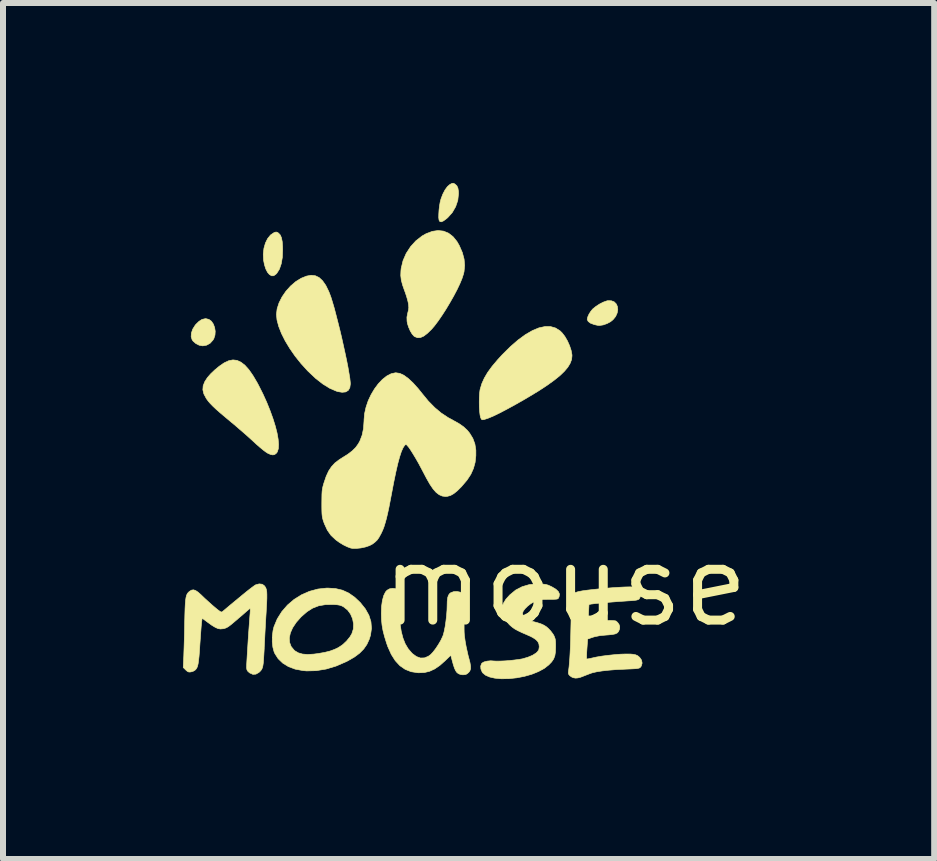
<source format=kicad_pcb>
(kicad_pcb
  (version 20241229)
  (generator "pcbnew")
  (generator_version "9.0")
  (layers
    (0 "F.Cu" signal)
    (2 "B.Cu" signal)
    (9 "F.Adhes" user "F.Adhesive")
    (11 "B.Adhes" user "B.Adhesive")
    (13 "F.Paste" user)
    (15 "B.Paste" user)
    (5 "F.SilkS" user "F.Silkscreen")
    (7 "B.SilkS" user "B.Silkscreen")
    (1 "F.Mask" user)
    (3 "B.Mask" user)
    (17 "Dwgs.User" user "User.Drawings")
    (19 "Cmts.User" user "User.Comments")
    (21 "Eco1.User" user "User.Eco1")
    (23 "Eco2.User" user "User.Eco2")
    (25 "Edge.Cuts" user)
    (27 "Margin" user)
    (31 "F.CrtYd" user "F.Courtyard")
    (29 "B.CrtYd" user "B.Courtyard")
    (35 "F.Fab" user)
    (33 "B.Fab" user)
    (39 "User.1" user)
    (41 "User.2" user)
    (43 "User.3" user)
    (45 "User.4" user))
  (footprint "mouse"
    (layer "F.Cu")
    (at 6.372 6.708)
    (property "Reference" "mouse" (at 0 0 0) (layer "F.SilkS") (effects (font (size 1.27 1.27) (thickness 0.15))))
    (attr through_hole)
    (fp_poly (pts (xy -5.939 -4.433) (xy -5.897 -4.402) (xy -5.865 -4.355) (xy -5.844 -4.298) (xy -5.834 -4.236) (xy -5.838 -4.172) (xy -5.857 -4.113) (xy -5.872 -4.088) (xy -5.92 -4.035) (xy -5.979 -4.003) (xy -6.042 -3.992) (xy -6.102 -4.003) (xy -6.157 -4.031) (xy -6.201 -4.069) (xy -6.219 -4.094) (xy -6.235 -4.145) (xy -6.231 -4.206) (xy -6.209 -4.271) (xy -6.17 -4.333) (xy -6.156 -4.351) (xy -6.103 -4.402) (xy -6.054 -4.433) (xy -6.001 -4.445) (xy -5.987 -4.445) (xy -5.939 -4.433)) (stroke (width 0.01) (type solid)) (fill yes) (layer "F.SilkS"))
    (fp_poly (pts (xy -4.796 -5.884) (xy -4.778 -5.871) (xy -4.75 -5.841) (xy -4.73 -5.795) (xy -4.717 -5.73) (xy -4.711 -5.646) (xy -4.71 -5.594) (xy -4.715 -5.467) (xy -4.734 -5.359) (xy -4.764 -5.271) (xy -4.806 -5.204) (xy -4.823 -5.186) (xy -4.859 -5.161) (xy -4.893 -5.16) (xy -4.93 -5.181) (xy -4.962 -5.218) (xy -4.991 -5.275) (xy -5.013 -5.344) (xy -5.028 -5.42) (xy -5.033 -5.521) (xy -5.022 -5.618) (xy -4.997 -5.706) (xy -4.96 -5.781) (xy -4.912 -5.84) (xy -4.855 -5.879) (xy -4.85 -5.881) (xy -4.82 -5.89) (xy -4.796 -5.884)) (stroke (width 0.01) (type solid)) (fill yes) (layer "F.SilkS"))
    (fp_poly (pts (xy -1.845 -6.694) (xy -1.836 -6.688) (xy -1.806 -6.661) (xy -1.788 -6.622) (xy -1.779 -6.568) (xy -1.778 -6.528) (xy -1.79 -6.418) (xy -1.826 -6.312) (xy -1.882 -6.215) (xy -1.957 -6.131) (xy -1.979 -6.112) (xy -2.028 -6.076) (xy -2.064 -6.06) (xy -2.088 -6.064) (xy -2.102 -6.087) (xy -2.103 -6.091) (xy -2.108 -6.131) (xy -2.107 -6.187) (xy -2.103 -6.254) (xy -2.095 -6.323) (xy -2.084 -6.388) (xy -2.071 -6.439) (xy -2.04 -6.521) (xy -2.003 -6.592) (xy -1.962 -6.648) (xy -1.92 -6.684) (xy -1.916 -6.686) (xy -1.885 -6.701) (xy -1.865 -6.703) (xy -1.845 -6.694)) (stroke (width 0.01) (type solid)) (fill yes) (layer "F.SilkS"))
    (fp_poly (pts (xy 0.769 -4.744) (xy 0.817 -4.726) (xy 0.851 -4.692) (xy 0.871 -4.648) (xy 0.877 -4.595) (xy 0.867 -4.54) (xy 0.842 -4.483) (xy 0.8 -4.431) (xy 0.757 -4.395) (xy 0.699 -4.364) (xy 0.634 -4.341) (xy 0.573 -4.332) (xy 0.565 -4.332) (xy 0.538 -4.335) (xy 0.498 -4.344) (xy 0.479 -4.349) (xy 0.421 -4.371) (xy 0.384 -4.399) (xy 0.368 -4.432) (xy 0.368 -4.437) (xy 0.377 -4.475) (xy 0.398 -4.522) (xy 0.429 -4.57) (xy 0.46 -4.607) (xy 0.512 -4.649) (xy 0.573 -4.689) (xy 0.636 -4.721) (xy 0.692 -4.741) (xy 0.708 -4.745) (xy 0.769 -4.744)) (stroke (width 0.01) (type solid)) (fill yes) (layer "F.SilkS"))
    (fp_poly (pts (xy -4.165 -5.161) (xy -4.102 -5.131) (xy -4.045 -5.078) (xy -3.991 -5.001) (xy -3.941 -4.899) (xy -3.926 -4.861) (xy -3.903 -4.799) (xy -3.878 -4.717) (xy -3.849 -4.619) (xy -3.82 -4.508) (xy -3.789 -4.387) (xy -3.757 -4.26) (xy -3.726 -4.129) (xy -3.697 -3.998) (xy -3.669 -3.871) (xy -3.643 -3.749) (xy -3.621 -3.637) (xy -3.604 -3.537) (xy -3.59 -3.454) (xy -3.583 -3.389) (xy -3.581 -3.358) (xy -3.59 -3.295) (xy -3.616 -3.25) (xy -3.659 -3.224) (xy -3.718 -3.218) (xy -3.791 -3.23) (xy -3.813 -3.237) (xy -3.923 -3.284) (xy -4.038 -3.355) (xy -4.159 -3.449) (xy -4.285 -3.568) (xy -4.294 -3.577) (xy -4.403 -3.697) (xy -4.503 -3.822) (xy -4.591 -3.949) (xy -4.667 -4.075) (xy -4.729 -4.198) (xy -4.775 -4.315) (xy -4.804 -4.423) (xy -4.813 -4.516) (xy -4.802 -4.61) (xy -4.77 -4.709) (xy -4.72 -4.808) (xy -4.655 -4.903) (xy -4.578 -4.989) (xy -4.492 -5.063) (xy -4.401 -5.119) (xy -4.399 -5.12) (xy -4.312 -5.155) (xy -4.235 -5.169) (xy -4.165 -5.161)) (stroke (width 0.01) (type solid)) (fill yes) (layer "F.SilkS"))
    (fp_poly (pts (xy -0.245 -4.314) (xy -0.161 -4.29) (xy -0.086 -4.243) (xy -0.052 -4.21) (xy -0.005 -4.149) (xy 0.038 -4.075) (xy 0.074 -3.994) (xy 0.1 -3.915) (xy 0.113 -3.845) (xy 0.114 -3.826) (xy 0.107 -3.764) (xy 0.083 -3.701) (xy 0.044 -3.636) (xy -0.014 -3.567) (xy -0.089 -3.495) (xy -0.185 -3.418) (xy -0.3 -3.335) (xy -0.437 -3.245) (xy -0.597 -3.148) (xy -0.673 -3.103) (xy -0.831 -3.013) (xy -0.972 -2.936) (xy -1.094 -2.872) (xy -1.197 -2.822) (xy -1.281 -2.787) (xy -1.344 -2.766) (xy -1.355 -2.763) (xy -1.382 -2.76) (xy -1.397 -2.77) (xy -1.409 -2.796) (xy -1.419 -2.839) (xy -1.426 -2.899) (xy -1.431 -2.972) (xy -1.432 -3.051) (xy -1.431 -3.129) (xy -1.427 -3.199) (xy -1.42 -3.256) (xy -1.417 -3.269) (xy -1.389 -3.363) (xy -1.347 -3.456) (xy -1.291 -3.551) (xy -1.217 -3.652) (xy -1.125 -3.761) (xy -1.049 -3.844) (xy -0.914 -3.978) (xy -0.785 -4.09) (xy -0.662 -4.18) (xy -0.546 -4.247) (xy -0.438 -4.292) (xy -0.337 -4.314) (xy -0.245 -4.314)) (stroke (width 0.01) (type solid)) (fill yes) (layer "F.SilkS"))
    (fp_poly (pts (xy -5.471 -3.75) (xy -5.405 -3.72) (xy -5.339 -3.669) (xy -5.272 -3.594) (xy -5.204 -3.496) (xy -5.132 -3.374) (xy -5.113 -3.338) (xy -5.04 -3.193) (xy -4.975 -3.05) (xy -4.919 -2.911) (xy -4.871 -2.778) (xy -4.832 -2.653) (xy -4.803 -2.539) (xy -4.785 -2.436) (xy -4.778 -2.348) (xy -4.782 -2.277) (xy -4.799 -2.224) (xy -4.813 -2.204) (xy -4.842 -2.181) (xy -4.873 -2.174) (xy -4.913 -2.182) (xy -4.96 -2.203) (xy -4.991 -2.223) (xy -5.035 -2.256) (xy -5.089 -2.301) (xy -5.149 -2.353) (xy -5.194 -2.395) (xy -5.263 -2.458) (xy -5.344 -2.53) (xy -5.43 -2.604) (xy -5.513 -2.676) (xy -5.569 -2.722) (xy -5.669 -2.806) (xy -5.752 -2.876) (xy -5.819 -2.935) (xy -5.872 -2.985) (xy -5.915 -3.029) (xy -5.949 -3.068) (xy -5.976 -3.105) (xy -5.983 -3.115) (xy -6.023 -3.19) (xy -6.04 -3.259) (xy -6.035 -3.327) (xy -6.007 -3.397) (xy -5.964 -3.463) (xy -5.91 -3.525) (xy -5.842 -3.59) (xy -5.767 -3.652) (xy -5.695 -3.702) (xy -5.68 -3.711) (xy -5.607 -3.745) (xy -5.538 -3.758) (xy -5.471 -3.75)) (stroke (width 0.01) (type solid)) (fill yes) (layer "F.SilkS"))
    (fp_poly (pts (xy -2.028 -5.905) (xy -1.945 -5.871) (xy -1.87 -5.813) (xy -1.804 -5.732) (xy -1.765 -5.664) (xy -1.714 -5.547) (xy -1.685 -5.438) (xy -1.676 -5.334) (xy -1.686 -5.228) (xy -1.696 -5.187) (xy -1.719 -5.116) (xy -1.755 -5.029) (xy -1.802 -4.93) (xy -1.858 -4.824) (xy -1.92 -4.715) (xy -1.985 -4.606) (xy -2.052 -4.502) (xy -2.117 -4.407) (xy -2.179 -4.325) (xy -2.228 -4.268) (xy -2.298 -4.2) (xy -2.359 -4.154) (xy -2.414 -4.13) (xy -2.462 -4.128) (xy -2.508 -4.146) (xy -2.521 -4.155) (xy -2.552 -4.19) (xy -2.583 -4.242) (xy -2.61 -4.304) (xy -2.63 -4.367) (xy -2.636 -4.404) (xy -2.638 -4.47) (xy -2.625 -4.538) (xy -2.623 -4.546) (xy -2.611 -4.592) (xy -2.607 -4.63) (xy -2.61 -4.673) (xy -2.615 -4.706) (xy -2.627 -4.758) (xy -2.646 -4.823) (xy -2.668 -4.888) (xy -2.676 -4.908) (xy -2.71 -5.005) (xy -2.732 -5.088) (xy -2.741 -5.165) (xy -2.738 -5.243) (xy -2.734 -5.283) (xy -2.703 -5.412) (xy -2.65 -5.534) (xy -2.577 -5.646) (xy -2.488 -5.744) (xy -2.385 -5.824) (xy -2.318 -5.862) (xy -2.215 -5.901) (xy -2.119 -5.915) (xy -2.028 -5.905)) (stroke (width 0.01) (type solid)) (fill yes) (layer "F.SilkS"))
    (fp_poly (pts (xy -3.829 0.054) (xy -3.714 0.081) (xy -3.609 0.129) (xy -3.509 0.199) (xy -3.416 0.287) (xy -3.332 0.392) (xy -3.272 0.499) (xy -3.238 0.607) (xy -3.229 0.718) (xy -3.245 0.831) (xy -3.266 0.899) (xy -3.306 0.986) (xy -3.359 1.062) (xy -3.427 1.131) (xy -3.514 1.196) (xy -3.623 1.259) (xy -3.651 1.273) (xy -3.819 1.346) (xy -3.986 1.396) (xy -4.151 1.423) (xy -4.311 1.427) (xy -4.375 1.421) (xy -4.502 1.397) (xy -4.614 1.355) (xy -4.708 1.297) (xy -4.784 1.224) (xy -4.84 1.137) (xy -4.853 1.107) (xy -4.873 1.032) (xy -4.883 0.942) (xy -4.882 0.876) (xy -4.599 0.876) (xy -4.594 0.952) (xy -4.568 1.021) (xy -4.519 1.08) (xy -4.503 1.094) (xy -4.448 1.126) (xy -4.379 1.146) (xy -4.295 1.153) (xy -4.192 1.147) (xy -4.115 1.137) (xy -4.008 1.118) (xy -3.92 1.096) (xy -3.844 1.068) (xy -3.781 1.038) (xy -3.712 0.992) (xy -3.645 0.93) (xy -3.588 0.86) (xy -3.556 0.806) (xy -3.531 0.727) (xy -3.528 0.643) (xy -3.544 0.558) (xy -3.578 0.479) (xy -3.628 0.411) (xy -3.694 0.359) (xy -3.694 0.358) (xy -3.727 0.342) (xy -3.76 0.331) (xy -3.802 0.324) (xy -3.86 0.32) (xy -3.872 0.32) (xy -3.997 0.322) (xy -4.108 0.341) (xy -4.209 0.38) (xy -4.304 0.44) (xy -4.399 0.523) (xy -4.403 0.527) (xy -4.483 0.617) (xy -4.543 0.707) (xy -4.581 0.793) (xy -4.599 0.876) (xy -4.882 0.876) (xy -4.882 0.847) (xy -4.87 0.754) (xy -4.855 0.692) (xy -4.8 0.56) (xy -4.724 0.439) (xy -4.63 0.33) (xy -4.52 0.236) (xy -4.397 0.159) (xy -4.263 0.1) (xy -4.122 0.062) (xy -3.976 0.046) (xy -3.956 0.046) (xy -3.829 0.054)) (stroke (width 0.01) (type solid)) (fill yes) (layer "F.SilkS"))
    (fp_poly (pts (xy -2.828 0.056) (xy -2.794 0.076) (xy -2.785 0.087) (xy -2.778 0.102) (xy -2.773 0.124) (xy -2.771 0.157) (xy -2.769 0.206) (xy -2.769 0.275) (xy -2.769 0.315) (xy -2.765 0.488) (xy -2.753 0.638) (xy -2.733 0.768) (xy -2.704 0.88) (xy -2.666 0.976) (xy -2.617 1.058) (xy -2.558 1.127) (xy -2.545 1.14) (xy -2.479 1.188) (xy -2.412 1.212) (xy -2.346 1.21) (xy -2.281 1.183) (xy -2.241 1.154) (xy -2.203 1.113) (xy -2.159 1.056) (xy -2.115 0.99) (xy -2.075 0.922) (xy -2.045 0.859) (xy -2.033 0.83) (xy -2.017 0.769) (xy -2.001 0.689) (xy -1.988 0.599) (xy -1.977 0.505) (xy -1.97 0.414) (xy -1.968 0.345) (xy -1.966 0.265) (xy -1.959 0.207) (xy -1.945 0.165) (xy -1.924 0.136) (xy -1.906 0.123) (xy -1.857 0.105) (xy -1.802 0.103) (xy -1.749 0.114) (xy -1.706 0.138) (xy -1.68 0.17) (xy -1.676 0.192) (xy -1.674 0.236) (xy -1.674 0.301) (xy -1.676 0.382) (xy -1.679 0.478) (xy -1.679 0.491) (xy -1.683 0.589) (xy -1.685 0.666) (xy -1.685 0.729) (xy -1.684 0.78) (xy -1.681 0.827) (xy -1.675 0.873) (xy -1.668 0.925) (xy -1.665 0.942) (xy -1.652 1.016) (xy -1.635 1.094) (xy -1.619 1.166) (xy -1.607 1.21) (xy -1.587 1.288) (xy -1.577 1.348) (xy -1.577 1.392) (xy -1.589 1.427) (xy -1.608 1.452) (xy -1.634 1.474) (xy -1.656 1.486) (xy -1.658 1.486) (xy -1.685 1.49) (xy -1.691 1.491) (xy -1.715 1.491) (xy -1.748 1.485) (xy -1.749 1.485) (xy -1.779 1.473) (xy -1.804 1.454) (xy -1.825 1.425) (xy -1.845 1.382) (xy -1.865 1.322) (xy -1.887 1.241) (xy -1.892 1.221) (xy -1.907 1.166) (xy -1.998 1.254) (xy -2.089 1.335) (xy -2.175 1.394) (xy -2.26 1.433) (xy -2.347 1.454) (xy -2.441 1.458) (xy -2.459 1.457) (xy -2.569 1.44) (xy -2.667 1.401) (xy -2.755 1.34) (xy -2.832 1.257) (xy -2.899 1.151) (xy -2.957 1.022) (xy -2.977 0.965) (xy -3.012 0.852) (xy -3.037 0.754) (xy -3.053 0.663) (xy -3.062 0.571) (xy -3.065 0.471) (xy -3.065 0.47) (xy -3.061 0.353) (xy -3.047 0.253) (xy -3.025 0.172) (xy -2.995 0.111) (xy -2.969 0.082) (xy -2.926 0.058) (xy -2.876 0.05) (xy -2.828 0.056)) (stroke (width 0.01) (type solid)) (fill yes) (layer "F.SilkS"))
    (fp_poly (pts (xy -0.426 -0.023) (xy -0.366 -0.02) (xy -0.321 -0.014) (xy -0.283 -0.003) (xy -0.241 0.016) (xy -0.222 0.025) (xy -0.155 0.065) (xy -0.113 0.105) (xy -0.095 0.146) (xy -0.101 0.189) (xy -0.102 0.191) (xy -0.109 0.208) (xy -0.116 0.219) (xy -0.128 0.227) (xy -0.15 0.231) (xy -0.184 0.233) (xy -0.237 0.234) (xy -0.292 0.234) (xy -0.357 0.235) (xy -0.404 0.238) (xy -0.44 0.243) (xy -0.471 0.253) (xy -0.504 0.268) (xy -0.514 0.272) (xy -0.573 0.306) (xy -0.626 0.347) (xy -0.67 0.391) (xy -0.7 0.432) (xy -0.711 0.467) (xy -0.711 0.468) (xy -0.699 0.509) (xy -0.664 0.547) (xy -0.608 0.579) (xy -0.538 0.603) (xy -0.46 0.624) (xy -0.402 0.643) (xy -0.356 0.664) (xy -0.317 0.688) (xy -0.283 0.717) (xy -0.244 0.758) (xy -0.208 0.805) (xy -0.19 0.833) (xy -0.176 0.865) (xy -0.166 0.896) (xy -0.161 0.932) (xy -0.159 0.982) (xy -0.159 1.029) (xy -0.162 1.111) (xy -0.172 1.174) (xy -0.192 1.227) (xy -0.225 1.276) (xy -0.273 1.326) (xy -0.348 1.385) (xy -0.444 1.437) (xy -0.555 1.482) (xy -0.677 1.517) (xy -0.806 1.542) (xy -0.937 1.556) (xy -1.066 1.558) (xy -1.172 1.548) (xy -1.257 1.529) (xy -1.325 1.5) (xy -1.372 1.462) (xy -1.384 1.445) (xy -1.405 1.395) (xy -1.408 1.346) (xy -1.393 1.305) (xy -1.385 1.296) (xy -1.352 1.277) (xy -1.301 1.264) (xy -1.242 1.258) (xy -1.187 1.262) (xy -1.143 1.264) (xy -1.08 1.263) (xy -1.006 1.26) (xy -0.925 1.254) (xy -0.845 1.245) (xy -0.773 1.236) (xy -0.714 1.226) (xy -0.71 1.225) (xy -0.622 1.199) (xy -0.545 1.167) (xy -0.485 1.129) (xy -0.462 1.108) (xy -0.439 1.073) (xy -0.432 1.026) (xy -0.432 1.021) (xy -0.438 0.976) (xy -0.457 0.937) (xy -0.493 0.901) (xy -0.548 0.866) (xy -0.625 0.83) (xy -0.638 0.824) (xy -0.722 0.788) (xy -0.787 0.757) (xy -0.838 0.729) (xy -0.879 0.7) (xy -0.916 0.669) (xy -0.934 0.651) (xy -0.995 0.579) (xy -1.033 0.504) (xy -1.05 0.425) (xy -1.049 0.36) (xy -1.028 0.297) (xy -0.988 0.232) (xy -0.925 0.162) (xy -0.922 0.159) (xy -0.825 0.079) (xy -0.717 0.023) (xy -0.598 -0.012) (xy -0.467 -0.024) (xy -0.426 -0.023)) (stroke (width 0.01) (type solid)) (fill yes) (layer "F.SilkS"))
    (fp_poly (pts (xy -2.756 -3.533) (xy -2.689 -3.502) (xy -2.615 -3.448) (xy -2.535 -3.373) (xy -2.447 -3.275) (xy -2.387 -3.2) (xy -2.281 -3.071) (xy -2.176 -2.964) (xy -2.069 -2.874) (xy -1.955 -2.798) (xy -1.867 -2.75) (xy -1.77 -2.696) (xy -1.693 -2.642) (xy -1.631 -2.584) (xy -1.592 -2.536) (xy -1.539 -2.449) (xy -1.505 -2.357) (xy -1.489 -2.254) (xy -1.489 -2.161) (xy -1.501 -2.05) (xy -1.529 -1.948) (xy -1.573 -1.85) (xy -1.637 -1.753) (xy -1.723 -1.652) (xy -1.729 -1.645) (xy -1.798 -1.576) (xy -1.858 -1.528) (xy -1.913 -1.497) (xy -1.966 -1.483) (xy -1.996 -1.481) (xy -2.049 -1.488) (xy -2.1 -1.51) (xy -2.151 -1.549) (xy -2.202 -1.607) (xy -2.255 -1.685) (xy -2.312 -1.785) (xy -2.345 -1.848) (xy -2.395 -1.943) (xy -2.445 -2.037) (xy -2.495 -2.124) (xy -2.541 -2.2) (xy -2.581 -2.263) (xy -2.612 -2.307) (xy -2.616 -2.311) (xy -2.639 -2.338) (xy -2.653 -2.347) (xy -2.666 -2.342) (xy -2.678 -2.33) (xy -2.703 -2.292) (xy -2.731 -2.229) (xy -2.76 -2.141) (xy -2.791 -2.027) (xy -2.823 -1.887) (xy -2.857 -1.723) (xy -2.889 -1.555) (xy -2.916 -1.413) (xy -2.939 -1.294) (xy -2.961 -1.193) (xy -2.981 -1.109) (xy -3.001 -1.038) (xy -3.02 -0.976) (xy -3.041 -0.922) (xy -3.064 -0.872) (xy -3.075 -0.851) (xy -3.106 -0.795) (xy -3.135 -0.754) (xy -3.171 -0.72) (xy -3.211 -0.689) (xy -3.262 -0.662) (xy -3.33 -0.639) (xy -3.405 -0.623) (xy -3.481 -0.615) (xy -3.547 -0.616) (xy -3.575 -0.621) (xy -3.629 -0.641) (xy -3.695 -0.673) (xy -3.763 -0.714) (xy -3.825 -0.759) (xy -3.903 -0.832) (xy -3.964 -0.918) (xy -4.013 -1.024) (xy -4.022 -1.048) (xy -4.035 -1.086) (xy -4.044 -1.119) (xy -4.05 -1.152) (xy -4.054 -1.191) (xy -4.056 -1.24) (xy -4.057 -1.305) (xy -4.057 -1.372) (xy -4.056 -1.454) (xy -4.055 -1.518) (xy -4.052 -1.567) (xy -4.047 -1.607) (xy -4.039 -1.645) (xy -4.028 -1.685) (xy -4.021 -1.708) (xy -3.984 -1.817) (xy -3.943 -1.906) (xy -3.895 -1.978) (xy -3.838 -2.04) (xy -3.767 -2.094) (xy -3.717 -2.126) (xy -3.623 -2.185) (xy -3.55 -2.241) (xy -3.493 -2.297) (xy -3.449 -2.358) (xy -3.423 -2.404) (xy -3.385 -2.503) (xy -3.362 -2.614) (xy -3.353 -2.742) (xy -3.353 -2.756) (xy -3.344 -2.862) (xy -3.32 -2.969) (xy -3.284 -3.076) (xy -3.236 -3.178) (xy -3.179 -3.274) (xy -3.116 -3.359) (xy -3.047 -3.432) (xy -2.975 -3.489) (xy -2.902 -3.527) (xy -2.831 -3.543) (xy -2.819 -3.543) (xy -2.756 -3.533)) (stroke (width 0.01) (type solid)) (fill yes) (layer "F.SilkS"))
    (fp_poly (pts (xy 1.153 0.026) (xy 1.186 0.029) (xy 1.207 0.036) (xy 1.222 0.048) (xy 1.231 0.059) (xy 1.251 0.099) (xy 1.258 0.147) (xy 1.252 0.193) (xy 1.234 0.227) (xy 1.219 0.237) (xy 1.196 0.245) (xy 1.161 0.251) (xy 1.108 0.256) (xy 1.053 0.259) (xy 0.982 0.264) (xy 0.901 0.269) (xy 0.814 0.276) (xy 0.726 0.283) (xy 0.642 0.291) (xy 0.565 0.298) (xy 0.502 0.304) (xy 0.456 0.31) (xy 0.437 0.312) (xy 0.397 0.32) (xy 0.389 0.467) (xy 0.386 0.525) (xy 0.385 0.573) (xy 0.385 0.606) (xy 0.386 0.619) (xy 0.401 0.62) (xy 0.432 0.615) (xy 0.459 0.61) (xy 0.51 0.601) (xy 0.572 0.594) (xy 0.639 0.589) (xy 0.706 0.587) (xy 0.766 0.586) (xy 0.814 0.589) (xy 0.845 0.594) (xy 0.848 0.596) (xy 0.873 0.617) (xy 0.896 0.649) (xy 0.897 0.65) (xy 0.909 0.683) (xy 0.909 0.715) (xy 0.903 0.739) (xy 0.889 0.771) (xy 0.868 0.794) (xy 0.835 0.81) (xy 0.786 0.82) (xy 0.717 0.827) (xy 0.686 0.829) (xy 0.579 0.839) (xy 0.491 0.857) (xy 0.464 0.865) (xy 0.375 0.895) (xy 0.363 1.058) (xy 0.359 1.119) (xy 0.357 1.171) (xy 0.357 1.208) (xy 0.358 1.226) (xy 0.359 1.227) (xy 0.374 1.227) (xy 0.406 1.222) (xy 0.44 1.214) (xy 0.521 1.196) (xy 0.616 1.18) (xy 0.719 1.167) (xy 0.824 1.156) (xy 0.924 1.148) (xy 1.015 1.145) (xy 1.091 1.146) (xy 1.124 1.149) (xy 1.173 1.158) (xy 1.208 1.173) (xy 1.239 1.199) (xy 1.241 1.2) (xy 1.273 1.247) (xy 1.283 1.296) (xy 1.27 1.344) (xy 1.259 1.36) (xy 1.25 1.37) (xy 1.238 1.378) (xy 1.221 1.383) (xy 1.194 1.388) (xy 1.155 1.391) (xy 1.098 1.394) (xy 1.022 1.397) (xy 0.983 1.399) (xy 0.85 1.405) (xy 0.728 1.415) (xy 0.619 1.427) (xy 0.528 1.441) (xy 0.458 1.457) (xy 0.451 1.459) (xy 0.421 1.469) (xy 0.376 1.486) (xy 0.325 1.506) (xy 0.315 1.51) (xy 0.255 1.533) (xy 0.21 1.544) (xy 0.172 1.547) (xy 0.134 1.54) (xy 0.133 1.54) (xy 0.106 1.527) (xy 0.078 1.507) (xy 0.06 1.486) (xy 0.053 1.462) (xy 0.056 1.425) (xy 0.057 1.422) (xy 0.065 1.36) (xy 0.071 1.292) (xy 0.077 1.216) (xy 0.082 1.129) (xy 0.087 1.027) (xy 0.091 0.908) (xy 0.094 0.769) (xy 0.097 0.644) (xy 0.106 0.164) (xy 0.136 0.14) (xy 0.166 0.123) (xy 0.209 0.108) (xy 0.23 0.103) (xy 0.289 0.092) (xy 0.368 0.081) (xy 0.463 0.07) (xy 0.568 0.059) (xy 0.679 0.049) (xy 0.79 0.04) (xy 0.897 0.033) (xy 0.995 0.028) (xy 1.078 0.026) (xy 1.101 0.026) (xy 1.153 0.026)) (stroke (width 0.01) (type solid)) (fill yes) (layer "F.SilkS"))
    (fp_poly (pts (xy -5.051 -0.018) (xy -5.018 0.004) (xy -5.002 0.024) (xy -4.99 0.045) (xy -4.981 0.072) (xy -4.975 0.107) (xy -4.973 0.153) (xy -4.973 0.215) (xy -4.976 0.294) (xy -4.982 0.394) (xy -4.984 0.438) (xy -4.991 0.549) (xy -4.998 0.674) (xy -5.005 0.803) (xy -5.011 0.928) (xy -5.017 1.037) (xy -5.017 1.054) (xy -5.023 1.156) (xy -5.028 1.236) (xy -5.033 1.298) (xy -5.04 1.344) (xy -5.049 1.378) (xy -5.061 1.404) (xy -5.077 1.425) (xy -5.096 1.444) (xy -5.106 1.453) (xy -5.156 1.481) (xy -5.207 1.484) (xy -5.257 1.462) (xy -5.272 1.45) (xy -5.295 1.428) (xy -5.306 1.406) (xy -5.311 1.375) (xy -5.31 1.339) (xy -5.309 1.309) (xy -5.306 1.258) (xy -5.302 1.189) (xy -5.297 1.106) (xy -5.291 1.013) (xy -5.285 0.915) (xy -5.278 0.813) (xy -5.271 0.714) (xy -5.264 0.62) (xy -5.258 0.535) (xy -5.252 0.463) (xy -5.252 0.459) (xy -5.249 0.416) (xy -5.25 0.393) (xy -5.255 0.388) (xy -5.266 0.395) (xy -5.268 0.396) (xy -5.285 0.411) (xy -5.317 0.438) (xy -5.36 0.476) (xy -5.411 0.52) (xy -5.439 0.543) (xy -5.506 0.601) (xy -5.557 0.644) (xy -5.596 0.675) (xy -5.627 0.696) (xy -5.652 0.709) (xy -5.676 0.718) (xy -5.702 0.724) (xy -5.706 0.724) (xy -5.747 0.728) (xy -5.788 0.721) (xy -5.833 0.701) (xy -5.888 0.668) (xy -5.952 0.622) (xy -6.052 0.548) (xy -6.06 0.607) (xy -6.063 0.636) (xy -6.068 0.686) (xy -6.073 0.753) (xy -6.079 0.833) (xy -6.085 0.921) (xy -6.09 0.991) (xy -6.097 1.1) (xy -6.104 1.187) (xy -6.112 1.255) (xy -6.119 1.307) (xy -6.128 1.345) (xy -6.139 1.374) (xy -6.153 1.396) (xy -6.169 1.413) (xy -6.172 1.415) (xy -6.2 1.432) (xy -6.237 1.443) (xy -6.24 1.444) (xy -6.272 1.446) (xy -6.297 1.436) (xy -6.326 1.411) (xy -6.326 1.41) (xy -6.367 1.37) (xy -6.358 1.177) (xy -6.356 1.112) (xy -6.353 1.027) (xy -6.35 0.928) (xy -6.347 0.82) (xy -6.345 0.71) (xy -6.343 0.61) (xy -6.34 0.488) (xy -6.337 0.39) (xy -6.333 0.311) (xy -6.328 0.25) (xy -6.321 0.203) (xy -6.312 0.167) (xy -6.3 0.141) (xy -6.285 0.121) (xy -6.267 0.104) (xy -6.265 0.102) (xy -6.231 0.081) (xy -6.198 0.075) (xy -6.162 0.086) (xy -6.12 0.114) (xy -6.067 0.161) (xy -6.058 0.17) (xy -6.006 0.22) (xy -5.943 0.277) (xy -5.881 0.333) (xy -5.849 0.36) (xy -5.799 0.402) (xy -5.764 0.428) (xy -5.741 0.442) (xy -5.726 0.445) (xy -5.717 0.441) (xy -5.702 0.429) (xy -5.671 0.403) (xy -5.626 0.365) (xy -5.57 0.318) (xy -5.506 0.265) (xy -5.449 0.218) (xy -5.379 0.16) (xy -5.314 0.107) (xy -5.256 0.061) (xy -5.208 0.025) (xy -5.175 0.001) (xy -5.16 -0.008) (xy -5.101 -0.024) (xy -5.051 -0.018)) (stroke (width 0.01) (type solid)) (fill yes) (layer "F.SilkS")))
  (gr_rect
    (start -3 -3)
    (end 12.524 11.271)
    (stroke (width 0.1) (type default))
    (fill no)
    (layer "Edge.Cuts")))
</source>
